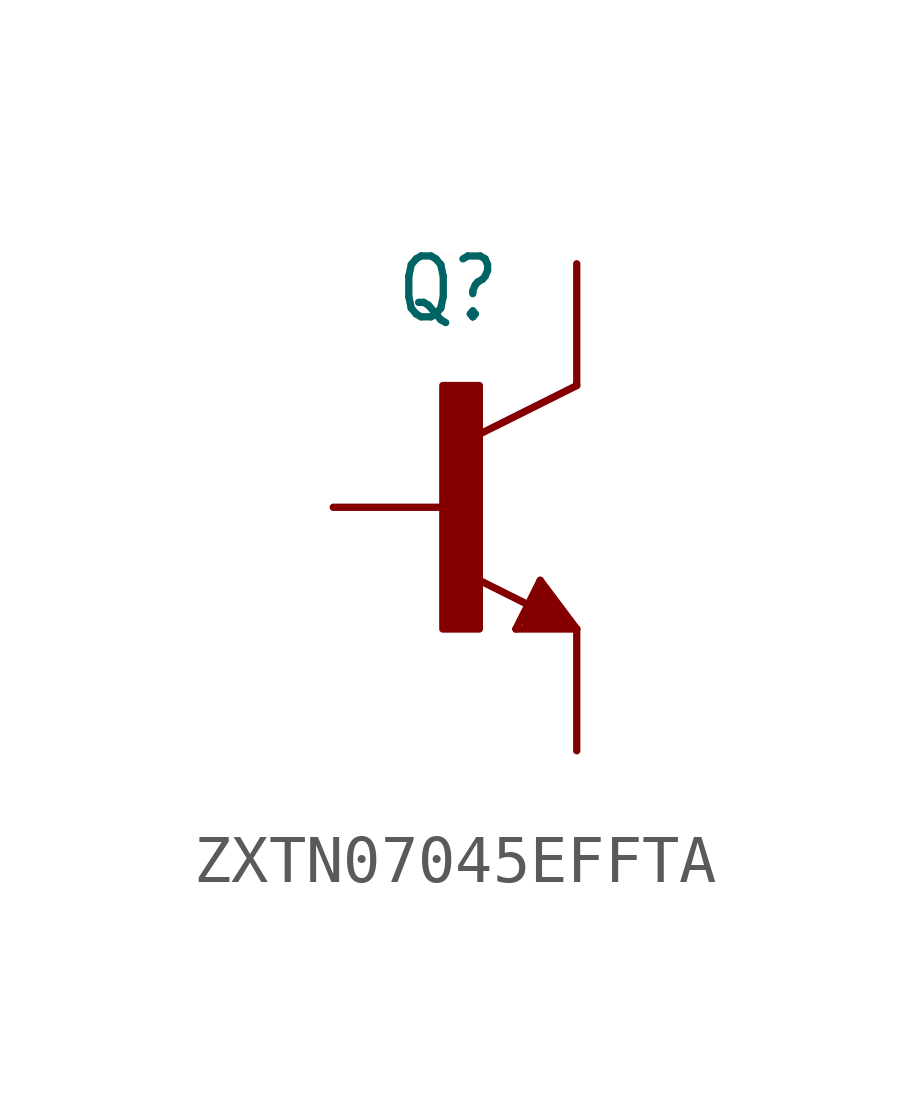
<source format=kicad_sym>
(kicad_symbol_lib
  (version 20220914)
  (generator kicad_symbol_editor)
  (symbol "ZXTN07045EFFTA"
    (pin_numbers hide)
    (pin_names hide)
    (property "Reference" "Q"
      (at -3.81 3.81 0)
      (effects (font (size 1.27 1.079)) (justify left bottom)))
    (symbol "ZXTN07045EFFTA_1_0"
      (rectangle (start -2.794 -2.54) (end -2.032 2.54) (stroke (width 0) (type default)) (fill (type outline)))
      (polyline (pts (xy -1.27 -2.54) (xy -0.762 -1.524)) (stroke (width 0.152) (type solid)) (fill (type none)))
      (polyline (pts (xy -1.016 -2.413) (xy -0.254 -2.413)) (stroke (width 0.254) (type solid)) (fill (type none)))
      (polyline (pts (xy -1.016 -2.286) (xy -0.635 -2.286)) (stroke (width 0.254) (type solid)) (fill (type none)))
      (polyline (pts (xy -1 -2.04) (xy -2.232 -1.424)) (stroke (width 0.152) (type solid)) (fill (type none)))
      (polyline (pts (xy -0.762 -1.778) (xy -1.016 -2.286)) (stroke (width 0.254) (type solid)) (fill (type none)))
      (polyline (pts (xy -0.762 -1.524) (xy 0 -2.54)) (stroke (width 0.152) (type solid)) (fill (type none)))
      (polyline (pts (xy -0.635 -2.286) (xy -0.762 -2.032)) (stroke (width 0.254) (type solid)) (fill (type none)))
      (polyline (pts (xy -0.254 -2.413) (xy -0.762 -1.778)) (stroke (width 0.254) (type solid)) (fill (type none)))
      (polyline (pts (xy 0 -2.54) (xy -1.27 -2.54)) (stroke (width 0.152) (type solid)) (fill (type none)))
      (polyline (pts (xy 0 2.54) (xy -2.032 1.524)) (stroke (width 0.152) (type solid)) (fill (type none)))
      (pin passive line (at 0 5.08 270) (length 2.54) (name "C" (effects (font (size 0 0)))) (number "1" (effects (font (size 0 0)))))
      (pin passive line (at -5.08 0 0) (length 2.54) (name "B" (effects (font (size 0 0)))) (number "2" (effects (font (size 0 0)))))
      (pin passive line (at 0 -5.08 90) (length 2.54) (name "E" (effects (font (size 0 0)))) (number "3" (effects (font (size 0 0))))))))
</source>
